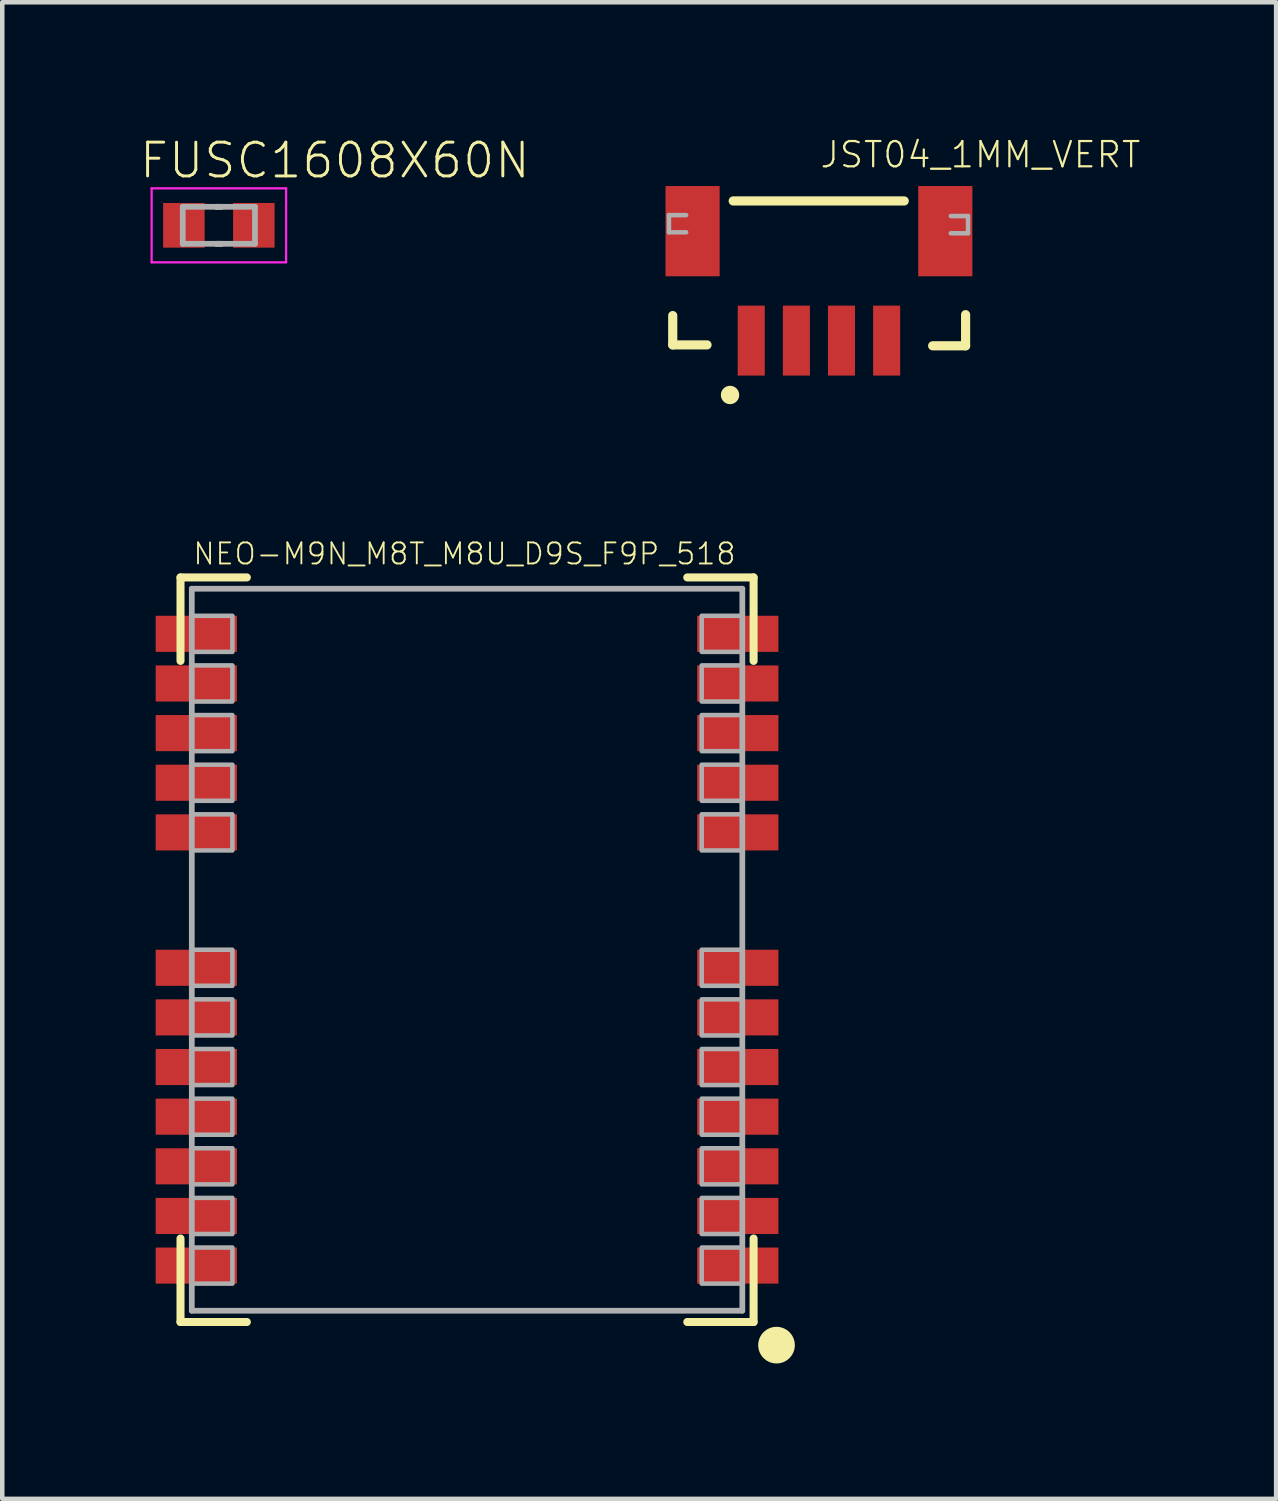
<source format=kicad_pcb>
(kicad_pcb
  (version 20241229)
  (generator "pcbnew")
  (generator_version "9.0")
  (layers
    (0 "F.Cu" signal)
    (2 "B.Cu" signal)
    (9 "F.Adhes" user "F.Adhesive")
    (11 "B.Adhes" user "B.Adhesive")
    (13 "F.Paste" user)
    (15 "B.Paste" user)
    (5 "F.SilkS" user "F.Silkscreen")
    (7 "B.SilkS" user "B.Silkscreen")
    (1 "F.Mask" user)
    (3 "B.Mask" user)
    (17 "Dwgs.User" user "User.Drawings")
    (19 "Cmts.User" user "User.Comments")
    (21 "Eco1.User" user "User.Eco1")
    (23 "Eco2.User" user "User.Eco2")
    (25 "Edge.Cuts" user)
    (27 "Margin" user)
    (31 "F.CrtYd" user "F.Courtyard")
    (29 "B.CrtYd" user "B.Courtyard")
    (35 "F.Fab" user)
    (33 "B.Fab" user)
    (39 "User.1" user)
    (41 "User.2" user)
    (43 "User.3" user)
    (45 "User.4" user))
  (footprint "FUSC1608X60N"
    (layer "F.Cu")
    (at 1.8 1.943)
    (property "Reference" "FUSC1608X60N" (at -1.8 -1 0) (unlocked yes) (layer "F.SilkS") (effects (font (size 0.748 0.748) (thickness 0.065)) (justify left bottom)))
    (fp_line (start -0.06 -0.41) (end 0.06 -0.41) (stroke (width 0.127) (type solid)) (layer "F.SilkS"))
    (fp_line (start 0.06 0.41) (end -0.06 0.41) (stroke (width 0.127) (type solid)) (layer "F.SilkS"))
    (fp_line (start -1.49 -0.82) (end 1.49 -0.82) (stroke (width 0.05) (type solid)) (layer "F.CrtYd"))
    (fp_line (start -1.49 0.82) (end -1.49 -0.82) (stroke (width 0.05) (type solid)) (layer "F.CrtYd"))
    (fp_line (start 1.49 -0.82) (end 1.49 0.82) (stroke (width 0.05) (type solid)) (layer "F.CrtYd"))
    (fp_line (start 1.49 0.82) (end -1.49 0.82) (stroke (width 0.05) (type solid)) (layer "F.CrtYd"))
    (fp_line (start -0.8 -0.41) (end 0.8 -0.41) (stroke (width 0.127) (type solid)) (layer "F.Fab"))
    (fp_line (start -0.8 0.41) (end -0.8 -0.41) (stroke (width 0.127) (type solid)) (layer "F.Fab"))
    (fp_line (start 0.8 -0.41) (end 0.8 0.41) (stroke (width 0.127) (type solid)) (layer "F.Fab"))
    (fp_line (start 0.8 0.41) (end -0.8 0.41) (stroke (width 0.127) (type solid)) (layer "F.Fab"))
    (pad "1" smd rect (at -0.775 0) (size 0.92 0.99) (layers "F.Cu" "F.Mask" "F.Paste"))
    (pad "2" smd rect (at 0.775 0) (size 0.92 0.99) (layers "F.Cu" "F.Mask" "F.Paste")))
  (footprint "NEO-M9N_M8T_M8U_D9S_F9P_518"
    (layer "F.Cu")
    (at 7.3 17.996)
    (property "Reference" "NEO-M9N_M8T_M8U_D9S_F9P_518" (at -6.1 -8.5 0) (unlocked yes) (layer "F.SilkS") (effects (font (size 0.467 0.467) (thickness 0.041)) (justify left bottom)))
    (fp_line (start -6.35 -8.25) (end -4.88 -8.25) (stroke (width 0.178) (type solid)) (layer "F.SilkS"))
    (fp_line (start -6.35 -6.4) (end -6.35 -8.25) (stroke (width 0.178) (type solid)) (layer "F.SilkS"))
    (fp_line (start -6.35 8.25) (end -6.35 6.4) (stroke (width 0.178) (type solid)) (layer "F.SilkS"))
    (fp_line (start -4.88 8.25) (end -6.35 8.25) (stroke (width 0.178) (type solid)) (layer "F.SilkS"))
    (fp_line (start 4.88 -8.25) (end 6.35 -8.25) (stroke (width 0.178) (type solid)) (layer "F.SilkS"))
    (fp_line (start 6.35 -8.25) (end 6.35 -6.4) (stroke (width 0.178) (type solid)) (layer "F.SilkS"))
    (fp_line (start 6.35 6.4) (end 6.35 8.25) (stroke (width 0.178) (type solid)) (layer "F.SilkS"))
    (fp_line (start 6.35 8.25) (end 4.88 8.25) (stroke (width 0.178) (type solid)) (layer "F.SilkS"))
    (fp_circle (center 6.858 8.763) (end 7.061 8.763) (stroke (width 0.406) (type solid)) (fill yes) (layer "F.SilkS"))
    (fp_poly (pts (xy -6.1 -7.4) (xy -7.3 -7.4) (xy -7.3 -6.6) (xy -6.1 -6.6)) (stroke (width 0) (type default)) (fill yes) (layer "F.Paste"))
    (fp_poly (pts (xy -6.1 -6.3) (xy -7.3 -6.3) (xy -7.3 -5.5) (xy -6.1 -5.5)) (stroke (width 0) (type default)) (fill yes) (layer "F.Paste"))
    (fp_poly (pts (xy -6.1 -5.2) (xy -7.3 -5.2) (xy -7.3 -4.4) (xy -6.1 -4.4)) (stroke (width 0) (type default)) (fill yes) (layer "F.Paste"))
    (fp_poly (pts (xy -6.1 -4.1) (xy -7.3 -4.1) (xy -7.3 -3.3) (xy -6.1 -3.3)) (stroke (width 0) (type default)) (fill yes) (layer "F.Paste"))
    (fp_poly (pts (xy -6.1 -3) (xy -7.3 -3) (xy -7.3 -2.2) (xy -6.1 -2.2)) (stroke (width 0) (type default)) (fill yes) (layer "F.Paste"))
    (fp_poly (pts (xy -6.1 0) (xy -7.3 0) (xy -7.3 0.8) (xy -6.1 0.8)) (stroke (width 0) (type default)) (fill yes) (layer "F.Paste"))
    (fp_poly (pts (xy -6.1 1.1) (xy -7.3 1.1) (xy -7.3 1.9) (xy -6.1 1.9)) (stroke (width 0) (type default)) (fill yes) (layer "F.Paste"))
    (fp_poly (pts (xy -6.1 2.2) (xy -7.3 2.2) (xy -7.3 3) (xy -6.1 3)) (stroke (width 0) (type default)) (fill yes) (layer "F.Paste"))
    (fp_poly (pts (xy -6.1 3.3) (xy -7.3 3.3) (xy -7.3 4.1) (xy -6.1 4.1)) (stroke (width 0) (type default)) (fill yes) (layer "F.Paste"))
    (fp_poly (pts (xy -6.1 4.4) (xy -7.3 4.4) (xy -7.3 5.2) (xy -6.1 5.2)) (stroke (width 0) (type default)) (fill yes) (layer "F.Paste"))
    (fp_poly (pts (xy -6.1 5.5) (xy -7.3 5.5) (xy -7.3 6.3) (xy -6.1 6.3)) (stroke (width 0) (type default)) (fill yes) (layer "F.Paste"))
    (fp_poly (pts (xy -6.1 6.6) (xy -7.3 6.6) (xy -7.3 7.4) (xy -6.1 7.4)) (stroke (width 0) (type default)) (fill yes) (layer "F.Paste"))
    (fp_poly (pts (xy -5.2 -7.3) (xy -6.1 -7.3) (xy -6.1 -6.7) (xy -5.2 -6.7)) (stroke (width 0) (type default)) (fill yes) (layer "F.Paste"))
    (fp_poly (pts (xy -5.2 -6.2) (xy -6.1 -6.2) (xy -6.1 -5.6) (xy -5.2 -5.6)) (stroke (width 0) (type default)) (fill yes) (layer "F.Paste"))
    (fp_poly (pts (xy -5.2 -5.1) (xy -6.1 -5.1) (xy -6.1 -4.5) (xy -5.2 -4.5)) (stroke (width 0) (type default)) (fill yes) (layer "F.Paste"))
    (fp_poly (pts (xy -5.2 -4) (xy -6.1 -4) (xy -6.1 -3.4) (xy -5.2 -3.4)) (stroke (width 0) (type default)) (fill yes) (layer "F.Paste"))
    (fp_poly (pts (xy -5.2 -2.9) (xy -6.1 -2.9) (xy -6.1 -2.3) (xy -5.2 -2.3)) (stroke (width 0) (type default)) (fill yes) (layer "F.Paste"))
    (fp_poly (pts (xy -5.2 0.1) (xy -6.1 0.1) (xy -6.1 0.7) (xy -5.2 0.7)) (stroke (width 0) (type default)) (fill yes) (layer "F.Paste"))
    (fp_poly (pts (xy -5.2 1.2) (xy -6.1 1.2) (xy -6.1 1.8) (xy -5.2 1.8)) (stroke (width 0) (type default)) (fill yes) (layer "F.Paste"))
    (fp_poly (pts (xy -5.2 2.3) (xy -6.1 2.3) (xy -6.1 2.9) (xy -5.2 2.9)) (stroke (width 0) (type default)) (fill yes) (layer "F.Paste"))
    (fp_poly (pts (xy -5.2 3.4) (xy -6.1 3.4) (xy -6.1 4) (xy -5.2 4)) (stroke (width 0) (type default)) (fill yes) (layer "F.Paste"))
    (fp_poly (pts (xy -5.2 4.5) (xy -6.1 4.5) (xy -6.1 5.1) (xy -5.2 5.1)) (stroke (width 0) (type default)) (fill yes) (layer "F.Paste"))
    (fp_poly (pts (xy -5.2 5.6) (xy -6.1 5.6) (xy -6.1 6.2) (xy -5.2 6.2)) (stroke (width 0) (type default)) (fill yes) (layer "F.Paste"))
    (fp_poly (pts (xy -5.2 6.7) (xy -6.1 6.7) (xy -6.1 7.3) (xy -5.2 7.3)) (stroke (width 0) (type default)) (fill yes) (layer "F.Paste"))
    (fp_poly (pts (xy 5.2 -6.7) (xy 6.1 -6.7) (xy 6.1 -7.3) (xy 5.2 -7.3)) (stroke (width 0) (type default)) (fill yes) (layer "F.Paste"))
    (fp_poly (pts (xy 5.2 -5.6) (xy 6.1 -5.6) (xy 6.1 -6.2) (xy 5.2 -6.2)) (stroke (width 0) (type default)) (fill yes) (layer "F.Paste"))
    (fp_poly (pts (xy 5.2 -4.5) (xy 6.1 -4.5) (xy 6.1 -5.1) (xy 5.2 -5.1)) (stroke (width 0) (type default)) (fill yes) (layer "F.Paste"))
    (fp_poly (pts (xy 5.2 -3.4) (xy 6.1 -3.4) (xy 6.1 -4) (xy 5.2 -4)) (stroke (width 0) (type default)) (fill yes) (layer "F.Paste"))
    (fp_poly (pts (xy 5.2 -2.3) (xy 6.1 -2.3) (xy 6.1 -2.9) (xy 5.2 -2.9)) (stroke (width 0) (type default)) (fill yes) (layer "F.Paste"))
    (fp_poly (pts (xy 5.2 0.7) (xy 6.1 0.7) (xy 6.1 0.1) (xy 5.2 0.1)) (stroke (width 0) (type default)) (fill yes) (layer "F.Paste"))
    (fp_poly (pts (xy 5.2 1.8) (xy 6.1 1.8) (xy 6.1 1.2) (xy 5.2 1.2)) (stroke (width 0) (type default)) (fill yes) (layer "F.Paste"))
    (fp_poly (pts (xy 5.2 2.9) (xy 6.1 2.9) (xy 6.1 2.3) (xy 5.2 2.3)) (stroke (width 0) (type default)) (fill yes) (layer "F.Paste"))
    (fp_poly (pts (xy 5.2 4) (xy 6.1 4) (xy 6.1 3.4) (xy 5.2 3.4)) (stroke (width 0) (type default)) (fill yes) (layer "F.Paste"))
    (fp_poly (pts (xy 5.2 5.1) (xy 6.1 5.1) (xy 6.1 4.5) (xy 5.2 4.5)) (stroke (width 0) (type default)) (fill yes) (layer "F.Paste"))
    (fp_poly (pts (xy 5.2 6.2) (xy 6.1 6.2) (xy 6.1 5.6) (xy 5.2 5.6)) (stroke (width 0) (type default)) (fill yes) (layer "F.Paste"))
    (fp_poly (pts (xy 5.2 7.3) (xy 6.1 7.3) (xy 6.1 6.7) (xy 5.2 6.7)) (stroke (width 0) (type default)) (fill yes) (layer "F.Paste"))
    (fp_poly (pts (xy 6.1 -6.6) (xy 7.3 -6.6) (xy 7.3 -7.4) (xy 6.1 -7.4)) (stroke (width 0) (type default)) (fill yes) (layer "F.Paste"))
    (fp_poly (pts (xy 6.1 -5.5) (xy 7.3 -5.5) (xy 7.3 -6.3) (xy 6.1 -6.3)) (stroke (width 0) (type default)) (fill yes) (layer "F.Paste"))
    (fp_poly (pts (xy 6.1 -4.4) (xy 7.3 -4.4) (xy 7.3 -5.2) (xy 6.1 -5.2)) (stroke (width 0) (type default)) (fill yes) (layer "F.Paste"))
    (fp_poly (pts (xy 6.1 -3.3) (xy 7.3 -3.3) (xy 7.3 -4.1) (xy 6.1 -4.1)) (stroke (width 0) (type default)) (fill yes) (layer "F.Paste"))
    (fp_poly (pts (xy 6.1 -2.2) (xy 7.3 -2.2) (xy 7.3 -3) (xy 6.1 -3)) (stroke (width 0) (type default)) (fill yes) (layer "F.Paste"))
    (fp_poly (pts (xy 6.1 0.8) (xy 7.3 0.8) (xy 7.3 0) (xy 6.1 0)) (stroke (width 0) (type default)) (fill yes) (layer "F.Paste"))
    (fp_poly (pts (xy 6.1 1.9) (xy 7.3 1.9) (xy 7.3 1.1) (xy 6.1 1.1)) (stroke (width 0) (type default)) (fill yes) (layer "F.Paste"))
    (fp_poly (pts (xy 6.1 3) (xy 7.3 3) (xy 7.3 2.2) (xy 6.1 2.2)) (stroke (width 0) (type default)) (fill yes) (layer "F.Paste"))
    (fp_poly (pts (xy 6.1 4.1) (xy 7.3 4.1) (xy 7.3 3.3) (xy 6.1 3.3)) (stroke (width 0) (type default)) (fill yes) (layer "F.Paste"))
    (fp_poly (pts (xy 6.1 5.2) (xy 7.3 5.2) (xy 7.3 4.4) (xy 6.1 4.4)) (stroke (width 0) (type default)) (fill yes) (layer "F.Paste"))
    (fp_poly (pts (xy 6.1 6.3) (xy 7.3 6.3) (xy 7.3 5.5) (xy 6.1 5.5)) (stroke (width 0) (type default)) (fill yes) (layer "F.Paste"))
    (fp_poly (pts (xy 6.1 7.4) (xy 7.3 7.4) (xy 7.3 6.6) (xy 6.1 6.6)) (stroke (width 0) (type default)) (fill yes) (layer "F.Paste"))
    (fp_line (start -6.1 -8) (end 6.1 -8) (stroke (width 0.127) (type solid)) (layer "F.Fab"))
    (fp_line (start -6.1 8) (end -6.1 -8) (stroke (width 0.127) (type solid)) (layer "F.Fab"))
    (fp_line (start 6.1 -8) (end 6.1 8) (stroke (width 0.127) (type solid)) (layer "F.Fab"))
    (fp_line (start 6.1 8) (end -6.1 8) (stroke (width 0.127) (type solid)) (layer "F.Fab"))
    (fp_poly (pts (xy -6.1 -6.6) (xy -5.2 -6.6) (xy -5.2 -7.4) (xy -6.1 -7.4)) (stroke (width 0.1) (type default)) (fill no) (layer "F.Fab"))
    (fp_poly (pts (xy -6.1 -5.5) (xy -5.2 -5.5) (xy -5.2 -6.3) (xy -6.1 -6.3)) (stroke (width 0.1) (type default)) (fill no) (layer "F.Fab"))
    (fp_poly (pts (xy -6.1 -4.4) (xy -5.2 -4.4) (xy -5.2 -5.2) (xy -6.1 -5.2)) (stroke (width 0.1) (type default)) (fill no) (layer "F.Fab"))
    (fp_poly (pts (xy -6.1 -3.3) (xy -5.2 -3.3) (xy -5.2 -4.1) (xy -6.1 -4.1)) (stroke (width 0.1) (type default)) (fill no) (layer "F.Fab"))
    (fp_poly (pts (xy -6.1 -2.2) (xy -5.2 -2.2) (xy -5.2 -3) (xy -6.1 -3)) (stroke (width 0.1) (type default)) (fill no) (layer "F.Fab"))
    (fp_poly (pts (xy -6.1 0.8) (xy -5.2 0.8) (xy -5.2 0) (xy -6.1 0)) (stroke (width 0.1) (type default)) (fill no) (layer "F.Fab"))
    (fp_poly (pts (xy -6.1 1.9) (xy -5.2 1.9) (xy -5.2 1.1) (xy -6.1 1.1)) (stroke (width 0.1) (type default)) (fill no) (layer "F.Fab"))
    (fp_poly (pts (xy -6.1 3) (xy -5.2 3) (xy -5.2 2.2) (xy -6.1 2.2)) (stroke (width 0.1) (type default)) (fill no) (layer "F.Fab"))
    (fp_poly (pts (xy -6.1 4.1) (xy -5.2 4.1) (xy -5.2 3.3) (xy -6.1 3.3)) (stroke (width 0.1) (type default)) (fill no) (layer "F.Fab"))
    (fp_poly (pts (xy -6.1 5.2) (xy -5.2 5.2) (xy -5.2 4.4) (xy -6.1 4.4)) (stroke (width 0.1) (type default)) (fill no) (layer "F.Fab"))
    (fp_poly (pts (xy -6.1 6.3) (xy -5.2 6.3) (xy -5.2 5.5) (xy -6.1 5.5)) (stroke (width 0.1) (type default)) (fill no) (layer "F.Fab"))
    (fp_poly (pts (xy -6.1 7.4) (xy -5.2 7.4) (xy -5.2 6.6) (xy -6.1 6.6)) (stroke (width 0.1) (type default)) (fill no) (layer "F.Fab"))
    (fp_poly (pts (xy 5.2 -6.6) (xy 6.1 -6.6) (xy 6.1 -7.4) (xy 5.2 -7.4)) (stroke (width 0.1) (type default)) (fill no) (layer "F.Fab"))
    (fp_poly (pts (xy 5.2 -5.5) (xy 6.1 -5.5) (xy 6.1 -6.3) (xy 5.2 -6.3)) (stroke (width 0.1) (type default)) (fill no) (layer "F.Fab"))
    (fp_poly (pts (xy 5.2 -4.4) (xy 6.1 -4.4) (xy 6.1 -5.2) (xy 5.2 -5.2)) (stroke (width 0.1) (type default)) (fill no) (layer "F.Fab"))
    (fp_poly (pts (xy 5.2 -3.3) (xy 6.1 -3.3) (xy 6.1 -4.1) (xy 5.2 -4.1)) (stroke (width 0.1) (type default)) (fill no) (layer "F.Fab"))
    (fp_poly (pts (xy 5.2 -2.2) (xy 6.1 -2.2) (xy 6.1 -3) (xy 5.2 -3)) (stroke (width 0.1) (type default)) (fill no) (layer "F.Fab"))
    (fp_poly (pts (xy 5.2 0.8) (xy 6.1 0.8) (xy 6.1 0) (xy 5.2 0)) (stroke (width 0.1) (type default)) (fill no) (layer "F.Fab"))
    (fp_poly (pts (xy 5.2 1.9) (xy 6.1 1.9) (xy 6.1 1.1) (xy 5.2 1.1)) (stroke (width 0.1) (type default)) (fill no) (layer "F.Fab"))
    (fp_poly (pts (xy 5.2 3) (xy 6.1 3) (xy 6.1 2.2) (xy 5.2 2.2)) (stroke (width 0.1) (type default)) (fill no) (layer "F.Fab"))
    (fp_poly (pts (xy 5.2 4.1) (xy 6.1 4.1) (xy 6.1 3.3) (xy 5.2 3.3)) (stroke (width 0.1) (type default)) (fill no) (layer "F.Fab"))
    (fp_poly (pts (xy 5.2 5.2) (xy 6.1 5.2) (xy 6.1 4.4) (xy 5.2 4.4)) (stroke (width 0.1) (type default)) (fill no) (layer "F.Fab"))
    (fp_poly (pts (xy 5.2 6.3) (xy 6.1 6.3) (xy 6.1 5.5) (xy 5.2 5.5)) (stroke (width 0.1) (type default)) (fill no) (layer "F.Fab"))
    (fp_poly (pts (xy 5.2 7.4) (xy 6.1 7.4) (xy 6.1 6.6) (xy 5.2 6.6)) (stroke (width 0.1) (type default)) (fill no) (layer "F.Fab"))
    (pad "1" smd rect (at 6 7) (size 1.8 0.8) (layers "F.Cu" "F.Mask"))
    (pad "2" smd rect (at 6 5.9) (size 1.8 0.8) (layers "F.Cu" "F.Mask"))
    (pad "3" smd rect (at 6 4.8) (size 1.8 0.8) (layers "F.Cu" "F.Mask"))
    (pad "4" smd rect (at 6 3.7) (size 1.8 0.8) (layers "F.Cu" "F.Mask"))
    (pad "5" smd rect (at 6 2.6) (size 1.8 0.8) (layers "F.Cu" "F.Mask"))
    (pad "6" smd rect (at 6 1.5) (size 1.8 0.8) (layers "F.Cu" "F.Mask"))
    (pad "7" smd rect (at 6 0.4) (size 1.8 0.8) (layers "F.Cu" "F.Mask"))
    (pad "8" smd rect (at 6 -2.6) (size 1.8 0.8) (layers "F.Cu" "F.Mask"))
    (pad "9" smd rect (at 6 -3.7) (size 1.8 0.8) (layers "F.Cu" "F.Mask"))
    (pad "10" smd rect (at 6 -4.8) (size 1.8 0.8) (layers "F.Cu" "F.Mask"))
    (pad "11" smd rect (at 6 -5.9) (size 1.8 0.8) (layers "F.Cu" "F.Mask"))
    (pad "12" smd rect (at 6 -7) (size 1.8 0.8) (layers "F.Cu" "F.Mask"))
    (pad "13" smd rect (at -6 -7 180) (size 1.8 0.8) (layers "F.Cu" "F.Mask"))
    (pad "14" smd rect (at -6 -5.9 180) (size 1.8 0.8) (layers "F.Cu" "F.Mask"))
    (pad "15" smd rect (at -6 -4.8 180) (size 1.8 0.8) (layers "F.Cu" "F.Mask"))
    (pad "16" smd rect (at -6 -3.7 180) (size 1.8 0.8) (layers "F.Cu" "F.Mask"))
    (pad "17" smd rect (at -6 -2.6 180) (size 1.8 0.8) (layers "F.Cu" "F.Mask"))
    (pad "18" smd rect (at -6 0.4 180) (size 1.8 0.8) (layers "F.Cu" "F.Mask"))
    (pad "19" smd rect (at -6 1.5 180) (size 1.8 0.8) (layers "F.Cu" "F.Mask"))
    (pad "20" smd rect (at -6 2.6 180) (size 1.8 0.8) (layers "F.Cu" "F.Mask"))
    (pad "21" smd rect (at -6 3.7 180) (size 1.8 0.8) (layers "F.Cu" "F.Mask"))
    (pad "22" smd rect (at -6 4.8 180) (size 1.8 0.8) (layers "F.Cu" "F.Mask"))
    (pad "23" smd rect (at -6 5.9 180) (size 1.8 0.8) (layers "F.Cu" "F.Mask"))
    (pad "24" smd rect (at -6 7 180) (size 1.8 0.8) (layers "F.Cu" "F.Mask")))
  (footprint "JST04_1MM_VERT"
    (layer "F.Cu")
    (at 15.076 5.273)
    (property "Reference" "JST04_1MM_VERT" (at 0.016 -4.566 0) (unlocked yes) (layer "F.SilkS") (effects (font (size 0.561 0.561) (thickness 0.049)) (justify left bottom)))
    (fp_line (start -3.218 -1.33) (end -3.218 -0.68) (stroke (width 0.203) (type solid)) (layer "F.SilkS"))
    (fp_line (start -3.218 -0.68) (end -2.458 -0.68) (stroke (width 0.203) (type solid)) (layer "F.SilkS"))
    (fp_line (start 1.912 -3.87) (end -1.878 -3.87) (stroke (width 0.203) (type solid)) (layer "F.SilkS"))
    (fp_line (start 3.272 -1.35) (end 3.272 -0.66) (stroke (width 0.203) (type solid)) (layer "F.SilkS"))
    (fp_line (start 3.272 -0.66) (end 2.542 -0.66) (stroke (width 0.203) (type solid)) (layer "F.SilkS"))
    (fp_circle (center -1.948 0.43) (end -1.846 0.43) (stroke (width 0.203) (type solid)) (fill yes) (layer "F.SilkS"))
    (fp_line (start -3.302 -3.556) (end -3.302 -3.175) (stroke (width 0.1) (type solid)) (layer "F.Fab"))
    (fp_line (start -3.302 -3.175) (end -2.921 -3.175) (stroke (width 0.1) (type solid)) (layer "F.Fab"))
    (fp_line (start -2.921 -3.556) (end -3.302 -3.556) (stroke (width 0.1) (type solid)) (layer "F.Fab"))
    (fp_line (start 2.945 -3.154) (end 3.326 -3.154) (stroke (width 0.1) (type solid)) (layer "F.Fab"))
    (fp_line (start 3.326 -3.535) (end 2.945 -3.535) (stroke (width 0.1) (type solid)) (layer "F.Fab"))
    (fp_line (start 3.326 -3.154) (end 3.326 -3.535) (stroke (width 0.1) (type solid)) (layer "F.Fab"))
    (pad "1" smd rect (at -1.478 -0.775) (size 0.6 1.55) (layers "F.Cu" "F.Mask" "F.Paste"))
    (pad "2" smd rect (at -0.478 -0.775) (size 0.6 1.55) (layers "F.Cu" "F.Mask" "F.Paste"))
    (pad "3" smd rect (at 0.522 -0.775) (size 0.6 1.55) (layers "F.Cu" "F.Mask" "F.Paste"))
    (pad "4" smd rect (at 1.522 -0.775) (size 0.6 1.55) (layers "F.Cu" "F.Mask" "F.Paste"))
    (pad "NC1" smd rect (at -2.778 -3.2) (size 1.2 2) (layers "F.Cu" "F.Mask" "F.Paste"))
    (pad "NC2" smd rect (at 2.822 -3.2) (size 1.2 2) (layers "F.Cu" "F.Mask" "F.Paste")))
  (gr_rect
    (start -3 -3)
    (end 25.23 30.165)
    (stroke (width 0.1) (type default))
    (fill no)
    (layer "Edge.Cuts")))
</source>
